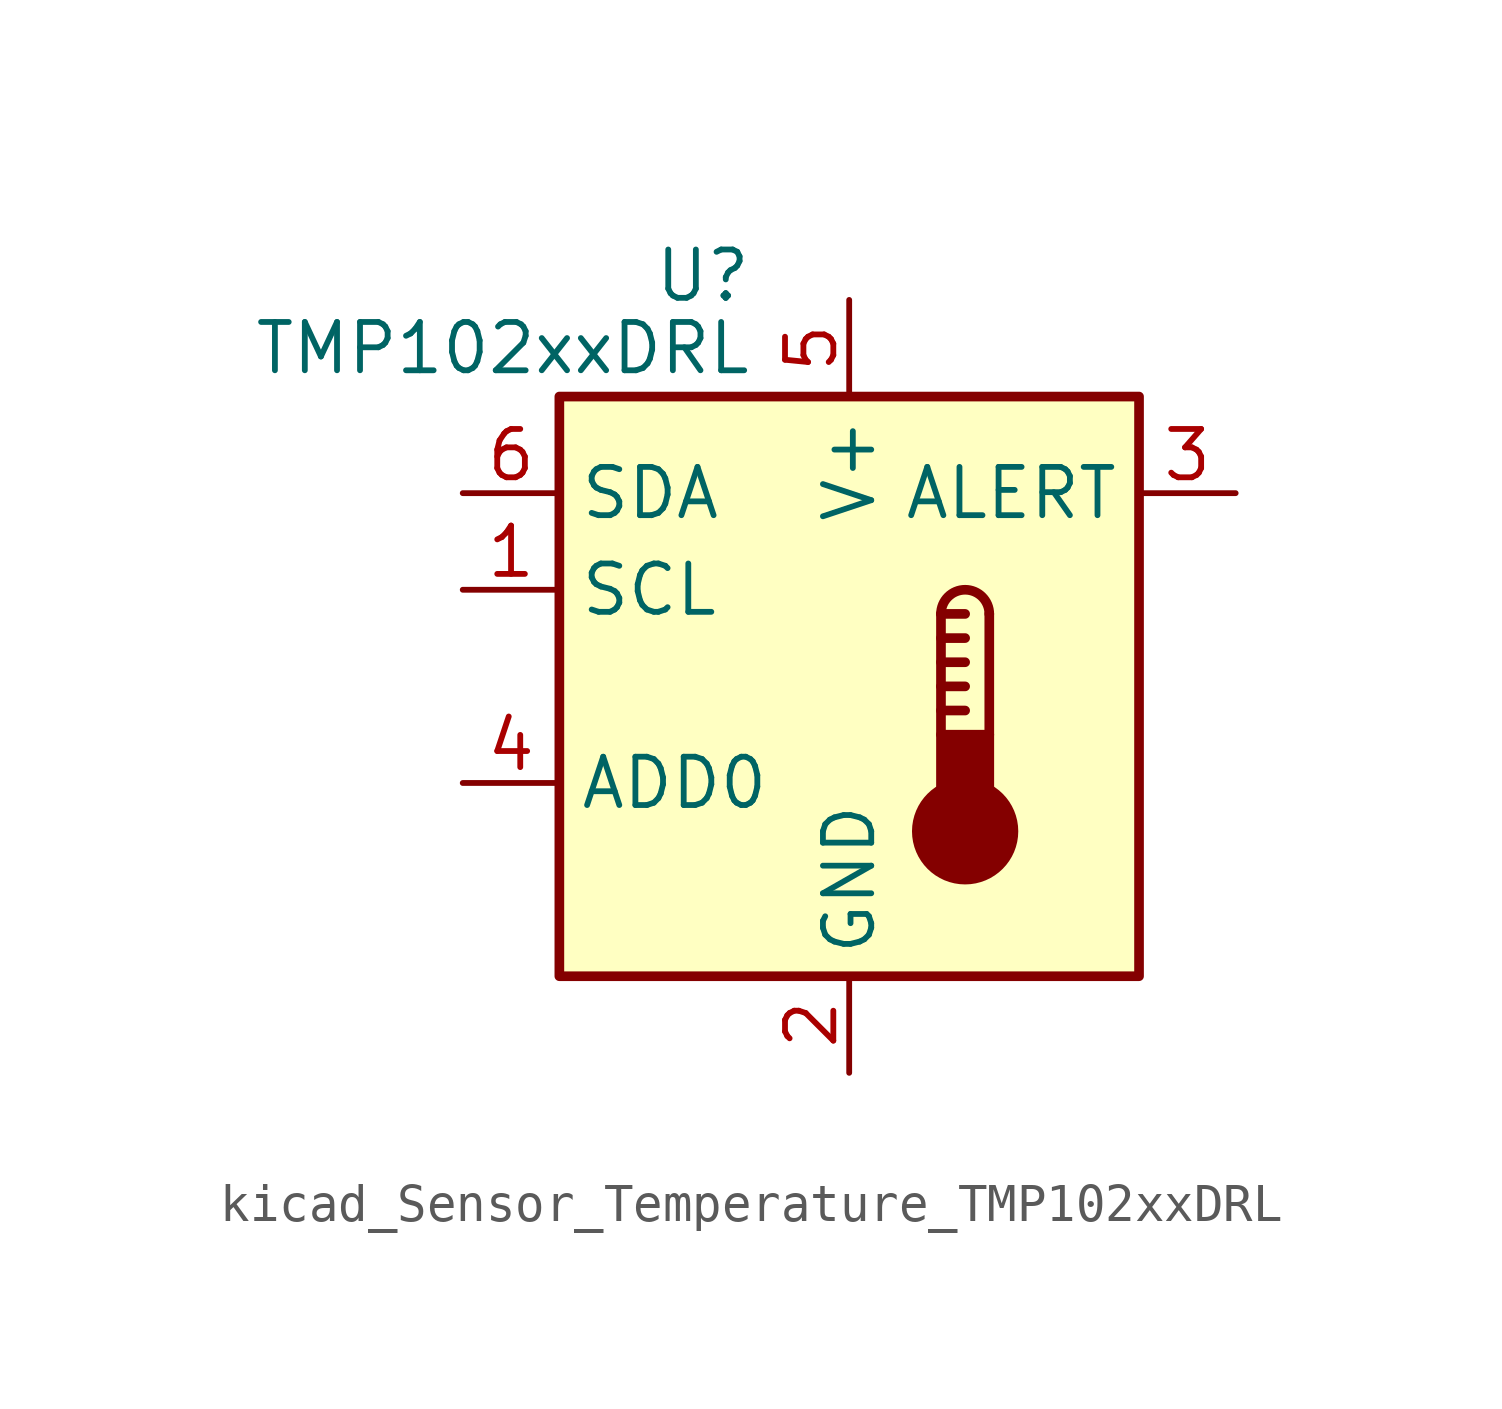
<source format=kicad_sym>
(kicad_symbol_lib
  (version 20220914)
  (generator kicad_symbol_editor)
  (symbol "kicad_Sensor_Temperature_TMP102xxDRL"
    (property "Reference" "U"
      (at -2.54 10.795 0)
      (effects (font (size 1.27 1.27)) (justify right)))
    (property "Value" "TMP102xxDRL"
      (at -2.54 8.89 0)
      (effects (font (size 1.27 1.27)) (justify right)))
    (symbol "kicad_Sensor_Temperature_TMP102xxDRL_0_1"
      (rectangle (start -7.62 7.62) (end 7.62 -7.62) (stroke (width 0.254) (type default)) (fill (type background))))
    (symbol "kicad_Sensor_Temperature_TMP102xxDRL_1_1"
      (polyline (pts (xy 2.413 -0.635) (xy 3.048 -0.635)) (stroke (width 0.254) (type default)) (fill (type none)))
      (polyline (pts (xy 2.413 0) (xy 3.048 0)) (stroke (width 0.254) (type default)) (fill (type none)))
      (polyline (pts (xy 2.413 0.635) (xy 3.048 0.635)) (stroke (width 0.254) (type default)) (fill (type none)))
      (polyline (pts (xy 2.413 1.27) (xy 3.048 1.27)) (stroke (width 0.254) (type default)) (fill (type none)))
      (polyline (pts (xy 2.413 1.905) (xy 2.413 -1.27)) (stroke (width 0.254) (type default)) (fill (type none)))
      (polyline (pts (xy 2.413 1.905) (xy 3.048 1.905)) (stroke (width 0.254) (type default)) (fill (type none)))
      (polyline (pts (xy 3.683 1.905) (xy 3.683 -1.27)) (stroke (width 0.254) (type default)) (fill (type none)))
      (circle (center 3.048 -3.81) (radius 1.27) (stroke (width 0.254) (type default)) (fill (type outline)))
      (rectangle (start 3.683 -3.175) (end 2.413 -1.27) (stroke (width 0.254) (type default)) (fill (type outline)))
      (arc (start 3.683 1.905) (mid 3.048 2.5373) (end 2.413 1.905) (stroke (width 0.254) (type default)) (fill (type none)))
      (pin input line (at -10.16 2.54 0) (length 2.54) (name "SCL" (effects (font (size 1.27 1.27)))) (number "1" (effects (font (size 1.27 1.27)))))
      (pin power_in line (at 0 -10.16 90) (length 2.54) (name "GND" (effects (font (size 1.27 1.27)))) (number "2" (effects (font (size 1.27 1.27)))))
      (pin open_collector line (at 10.16 5.08 180) (length 2.54) (name "ALERT" (effects (font (size 1.27 1.27)))) (number "3" (effects (font (size 1.27 1.27)))))
      (pin input line (at -10.16 -2.54 0) (length 2.54) (name "ADD0" (effects (font (size 1.27 1.27)))) (number "4" (effects (font (size 1.27 1.27)))))
      (pin power_in line (at 0 10.16 270) (length 2.54) (name "V+" (effects (font (size 1.27 1.27)))) (number "5" (effects (font (size 1.27 1.27)))))
      (pin bidirectional line (at -10.16 5.08 0) (length 2.54) (name "SDA" (effects (font (size 1.27 1.27)))) (number "6" (effects (font (size 1.27 1.27))))))))
</source>
